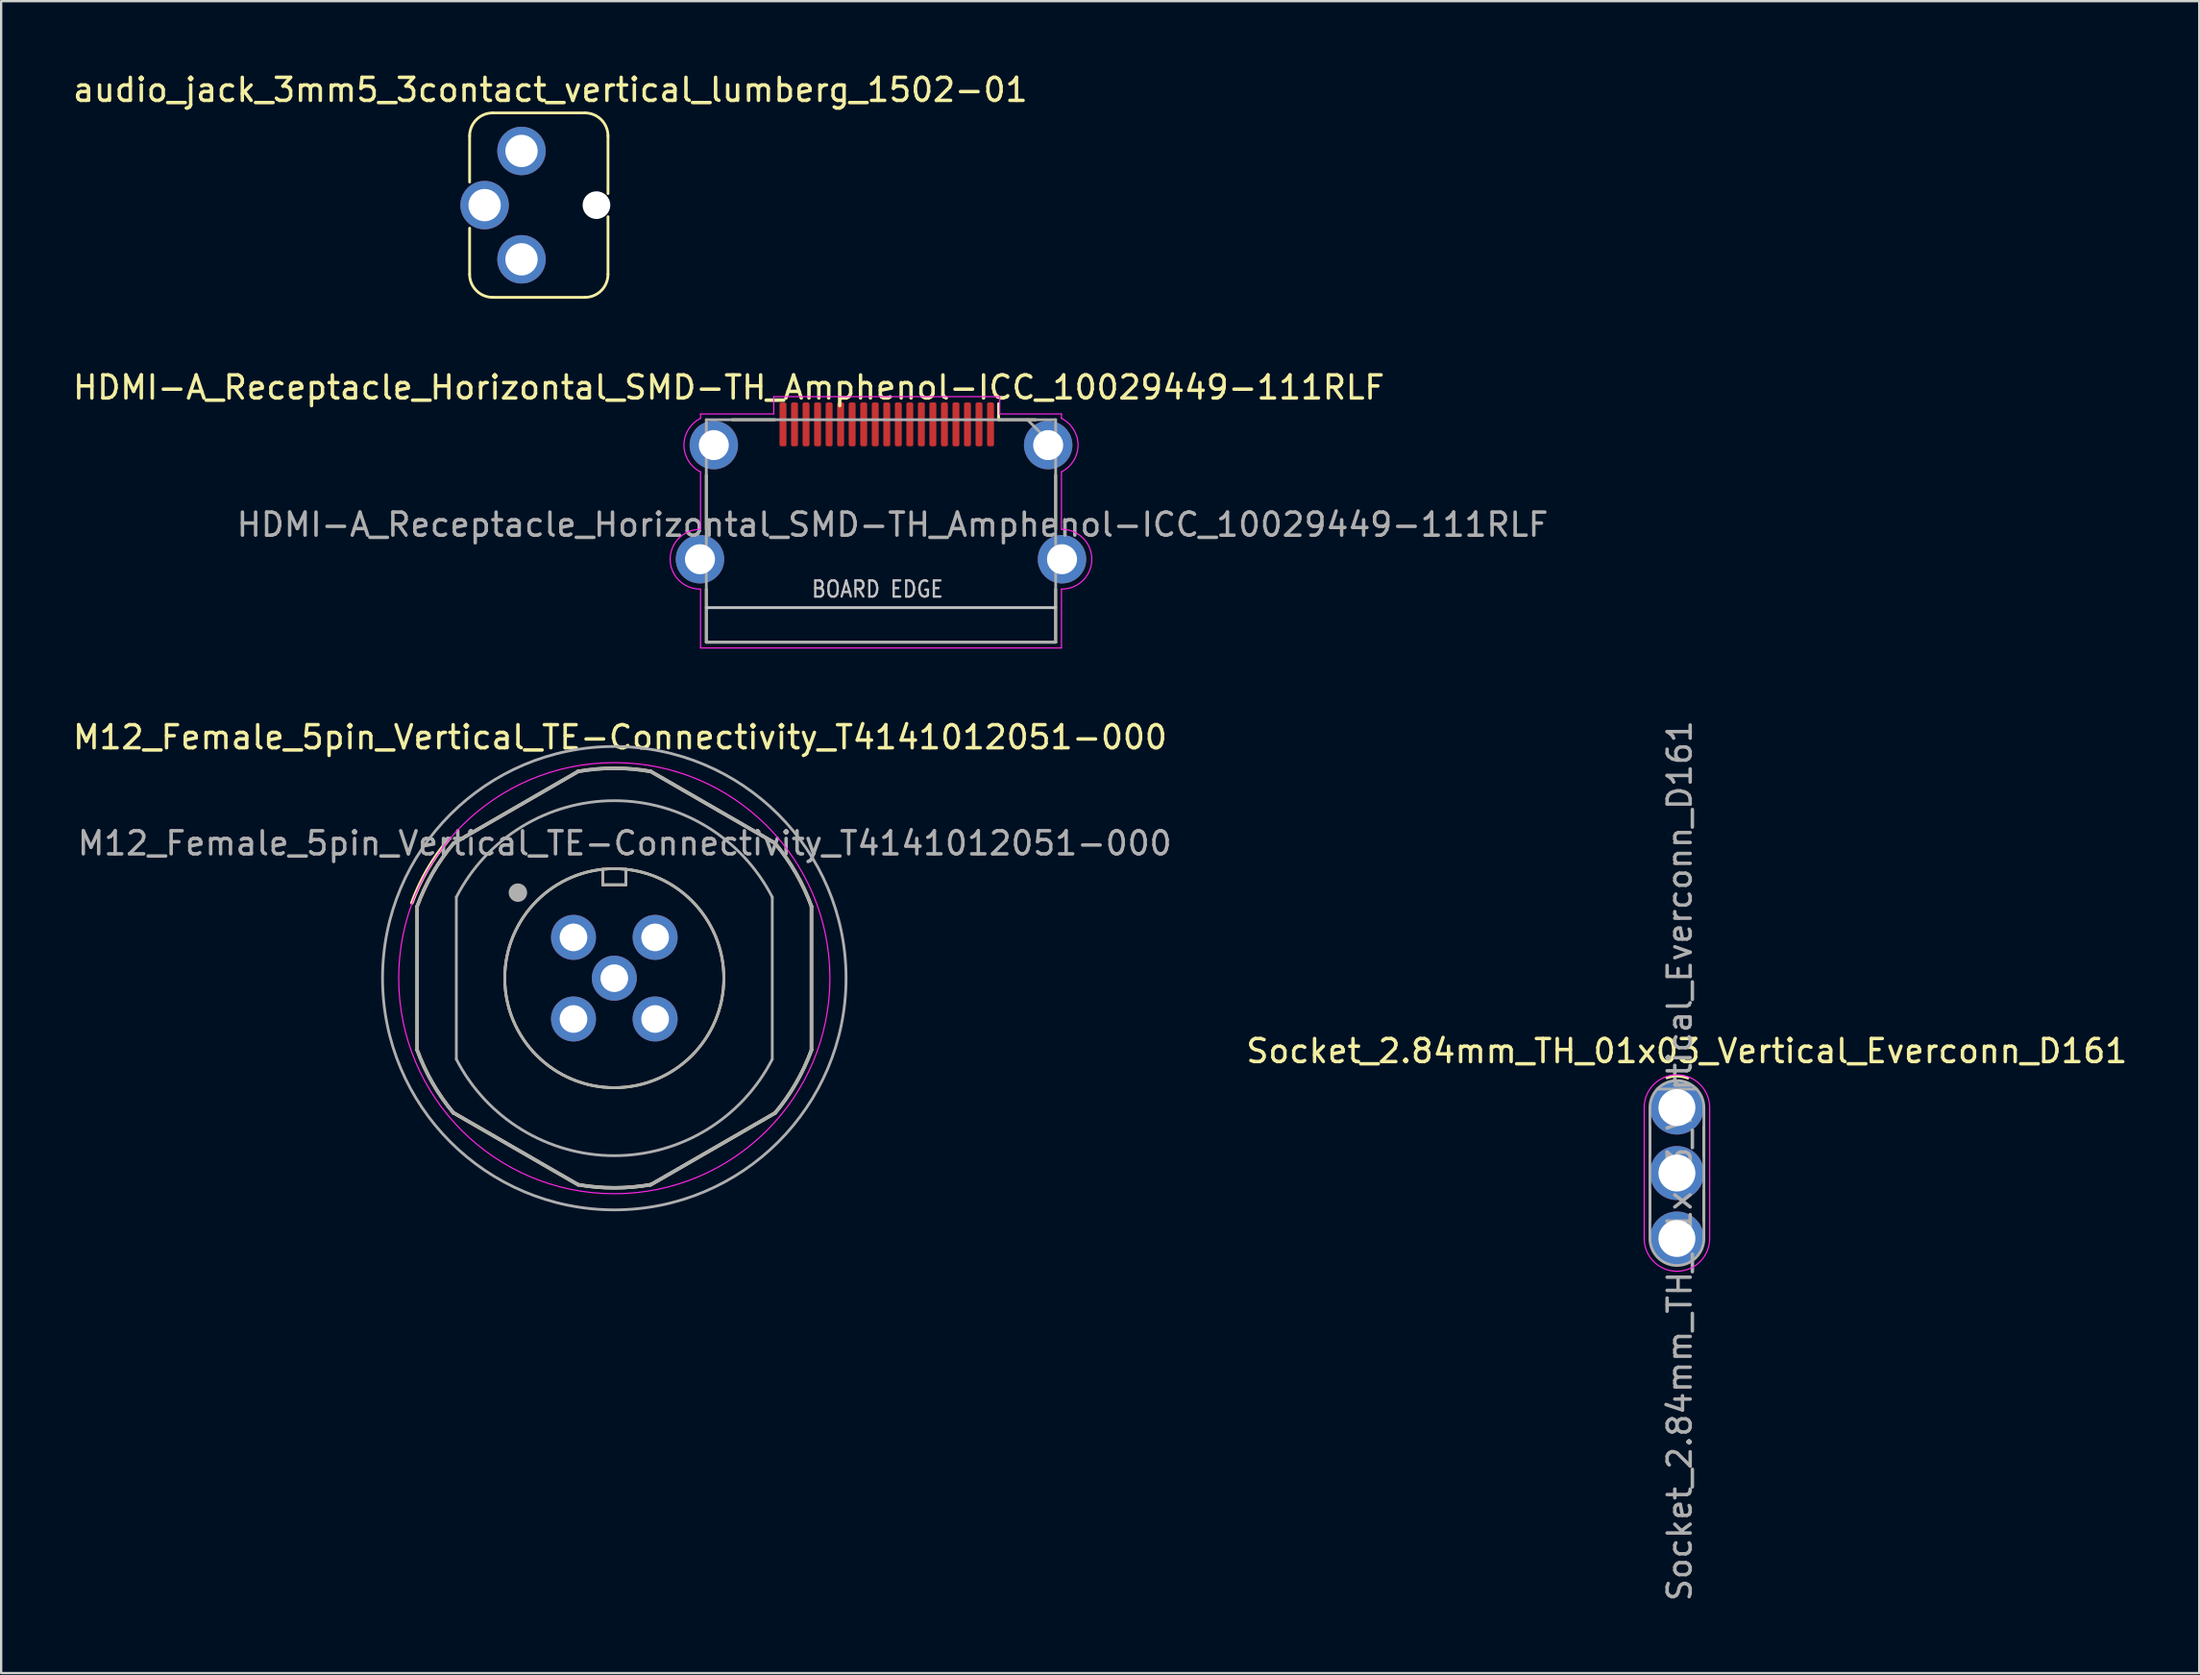
<source format=kicad_pcb>
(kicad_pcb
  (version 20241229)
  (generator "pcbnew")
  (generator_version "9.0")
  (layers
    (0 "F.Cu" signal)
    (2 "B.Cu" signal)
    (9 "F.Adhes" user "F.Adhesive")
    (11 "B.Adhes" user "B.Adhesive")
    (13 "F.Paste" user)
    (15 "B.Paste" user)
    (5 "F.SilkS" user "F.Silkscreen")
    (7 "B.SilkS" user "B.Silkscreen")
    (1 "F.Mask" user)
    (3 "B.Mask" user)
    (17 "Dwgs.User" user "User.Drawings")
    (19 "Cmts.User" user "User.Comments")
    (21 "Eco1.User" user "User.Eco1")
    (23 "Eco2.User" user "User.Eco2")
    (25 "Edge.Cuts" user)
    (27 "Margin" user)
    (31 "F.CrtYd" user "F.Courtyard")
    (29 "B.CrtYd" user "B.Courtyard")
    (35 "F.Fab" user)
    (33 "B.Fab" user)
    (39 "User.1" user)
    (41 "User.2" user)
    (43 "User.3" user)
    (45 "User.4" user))
  (footprint "HDMI-A_Receptacle_Horizontal_SMD-TH_Amphenol-ICC_10029449-111RLF"
    (layer "F.Cu")
    (at 35.404 15.357)
    (property "Reference" "HDMI-A_Receptacle_Horizontal_SMD-TH_Amphenol-ICC_10029449-111RLF" (at -6.85 -1.6 0) (unlocked yes) (layer "F.SilkS") (effects (font (size 1 1) (thickness 0.15))))
    (attr smd)
    (fp_line (start -7.825 2.2) (end -7.825 4.55) (stroke (width 0.12) (type solid)) (layer "F.SilkS"))
    (fp_line (start -7.825 7.15) (end -7.825 9.45) (stroke (width 0.12) (type solid)) (layer "F.SilkS"))
    (fp_line (start -7.825 9.45) (end 7.325 9.45) (stroke (width 0.12) (type solid)) (layer "F.SilkS"))
    (fp_line (start -4.85 -0.2) (end -6.7 -0.2) (stroke (width 0.12) (type solid)) (layer "F.SilkS"))
    (fp_line (start 4.85 -0.9) (end 4.85 -0.2) (stroke (width 0.12) (type solid)) (layer "F.SilkS"))
    (fp_line (start 6.45 -0.2) (end 4.85 -0.2) (stroke (width 0.12) (type solid)) (layer "F.SilkS"))
    (fp_line (start 7.325 4.55) (end 7.325 2.2) (stroke (width 0.12) (type solid)) (layer "F.SilkS"))
    (fp_line (start 7.325 9.45) (end 7.325 7.15) (stroke (width 0.12) (type solid)) (layer "F.SilkS"))
    (fp_line (start -7.825 7.95) (end 7.325 7.95) (stroke (width 0.12) (type solid)) (layer "Dwgs.User"))
    (fp_line (start -8.075 4.555) (end -8.075 2.06) (stroke (width 0.05) (type solid)) (layer "F.CrtYd"))
    (fp_line (start -8.075 -0.26) (end -8.075 -0.45) (stroke (width 0.05) (type solid)) (layer "F.CrtYd"))
    (fp_line (start -8.075 9.7) (end -8.075 7.145) (stroke (width 0.05) (type solid)) (layer "F.CrtYd"))
    (fp_line (start -8.075 9.7) (end 7.575 9.7) (stroke (width 0.05) (type solid)) (layer "F.CrtYd"))
    (fp_line (start -4.9 -1.2) (end -4.9 -0.45) (stroke (width 0.05) (type solid)) (layer "F.CrtYd"))
    (fp_line (start -4.9 -1.2) (end 4.9 -1.2) (stroke (width 0.05) (type solid)) (layer "F.CrtYd"))
    (fp_line (start -4.9 -0.45) (end -8.075 -0.45) (stroke (width 0.05) (type solid)) (layer "F.CrtYd"))
    (fp_line (start 4.9 -1.2) (end 4.9 -0.45) (stroke (width 0.05) (type solid)) (layer "F.CrtYd"))
    (fp_line (start 4.9 -0.45) (end 7.575 -0.45) (stroke (width 0.05) (type solid)) (layer "F.CrtYd"))
    (fp_line (start 7.575 -0.26) (end 7.575 -0.45) (stroke (width 0.05) (type solid)) (layer "F.CrtYd"))
    (fp_line (start 7.575 9.7) (end 7.575 7.145) (stroke (width 0.05) (type solid)) (layer "F.CrtYd"))
    (fp_line (start 7.575 4.555) (end 7.575 2.06) (stroke (width 0.05) (type solid)) (layer "F.CrtYd"))
    (fp_arc (start -8.075001 7.144999) (mid -9.39524 5.850047) (end -8.075095 4.554999) (stroke (width 0.05) (type solid)) (layer "F.CrtYd"))
    (fp_arc (start -8.074999 2.059999) (mid -8.79469 0.9) (end -8.074999 -0.259999) (stroke (width 0.05) (type solid)) (layer "F.CrtYd"))
    (fp_arc (start 7.574999 -0.259999) (mid 8.29469 0.9) (end 7.574999 2.059999) (stroke (width 0.05) (type solid)) (layer "F.CrtYd"))
    (fp_arc (start 7.575095 4.554999) (mid 8.89524 5.850047) (end 7.575001 7.144999) (stroke (width 0.05) (type solid)) (layer "F.CrtYd"))
    (fp_line (start -7.825 -0.2) (end -7.825 9.45) (stroke (width 0.12) (type solid)) (layer "F.Fab"))
    (fp_line (start -7.825 9.45) (end 7.325 9.45) (stroke (width 0.12) (type solid)) (layer "F.Fab"))
    (fp_line (start 6.1 -0.2) (end 7.3 1) (stroke (width 0.12) (type solid)) (layer "F.Fab"))
    (fp_line (start 7.325 -0.2) (end -7.825 -0.2) (stroke (width 0.12) (type solid)) (layer "F.Fab"))
    (fp_line (start 7.325 9.45) (end 7.325 -0.2) (stroke (width 0.12) (type solid)) (layer "F.Fab"))
    (fp_text user "BOARD EDGE" (at -0.4 7.15 0) (layer "Dwgs.User") (effects (font (size 0.7 0.6) (thickness 0.1))))
    (fp_text user "${REFERENCE}" (at 0.25 4.35 0) (layer "F.Fab") (effects (font (size 1 1) (thickness 0.15))))
    (pad "1" smd roundrect (at 4.5 0) (size 0.3 1.9) (layers "F.Cu" "F.Mask" "F.Paste") (roundrect_rratio 0.25))
    (pad "2" smd roundrect (at 4 0) (size 0.3 1.9) (layers "F.Cu" "F.Mask" "F.Paste") (roundrect_rratio 0.25))
    (pad "3" smd roundrect (at 3.5 0) (size 0.3 1.9) (layers "F.Cu" "F.Mask" "F.Paste") (roundrect_rratio 0.25))
    (pad "4" smd roundrect (at 3 0) (size 0.3 1.9) (layers "F.Cu" "F.Mask" "F.Paste") (roundrect_rratio 0.25))
    (pad "5" smd roundrect (at 2.5 0) (size 0.3 1.9) (layers "F.Cu" "F.Mask" "F.Paste") (roundrect_rratio 0.25))
    (pad "6" smd roundrect (at 2 0) (size 0.3 1.9) (layers "F.Cu" "F.Mask" "F.Paste") (roundrect_rratio 0.25))
    (pad "7" smd roundrect (at 1.5 0) (size 0.3 1.9) (layers "F.Cu" "F.Mask" "F.Paste") (roundrect_rratio 0.25))
    (pad "8" smd roundrect (at 1 0) (size 0.3 1.9) (layers "F.Cu" "F.Mask" "F.Paste") (roundrect_rratio 0.25))
    (pad "9" smd roundrect (at 0.5 0) (size 0.3 1.9) (layers "F.Cu" "F.Mask" "F.Paste") (roundrect_rratio 0.25))
    (pad "10" smd roundrect (at 0 0) (size 0.3 1.9) (layers "F.Cu" "F.Mask" "F.Paste") (roundrect_rratio 0.25))
    (pad "11" smd roundrect (at -0.5 0) (size 0.3 1.9) (layers "F.Cu" "F.Mask" "F.Paste") (roundrect_rratio 0.25))
    (pad "12" smd roundrect (at -1 0) (size 0.3 1.9) (layers "F.Cu" "F.Mask" "F.Paste") (roundrect_rratio 0.25))
    (pad "13" smd roundrect (at -1.5 0) (size 0.3 1.9) (layers "F.Cu" "F.Mask" "F.Paste") (roundrect_rratio 0.25))
    (pad "14" smd roundrect (at -2 0) (size 0.3 1.9) (layers "F.Cu" "F.Mask" "F.Paste") (roundrect_rratio 0.25))
    (pad "15" smd roundrect (at -2.5 0) (size 0.3 1.9) (layers "F.Cu" "F.Mask" "F.Paste") (roundrect_rratio 0.25))
    (pad "16" smd roundrect (at -3 0) (size 0.3 1.9) (layers "F.Cu" "F.Mask" "F.Paste") (roundrect_rratio 0.25))
    (pad "17" smd roundrect (at -3.5 0) (size 0.3 1.9) (layers "F.Cu" "F.Mask" "F.Paste") (roundrect_rratio 0.25))
    (pad "18" smd roundrect (at -4 0) (size 0.3 1.9) (layers "F.Cu" "F.Mask" "F.Paste") (roundrect_rratio 0.25))
    (pad "19" smd roundrect (at -4.5 0) (size 0.3 1.9) (layers "F.Cu" "F.Mask" "F.Paste") (roundrect_rratio 0.25))
    (pad "SH" thru_hole circle (at -8.1 5.85) (size 2.1 2.1) (drill 1.3) (layers "*.Cu" "*.Mask"))
    (pad "SH" thru_hole circle (at -7.5 0.9) (size 2.1 2.1) (drill 1.3) (layers "*.Cu" "*.Mask"))
    (pad "SH" thru_hole circle (at 7 0.9) (size 2.1 2.1) (drill 1.3) (layers "*.Cu" "*.Mask"))
    (pad "SH" thru_hole circle (at 7.6 5.85) (size 2.1 2.1) (drill 1.3) (layers "*.Cu" "*.Mask")))
  (footprint "M12_Female_5pin_Vertical_TE-Connectivity_T4141012051-000"
    (layer "F.Cu")
    (at 21.819 37.61)
    (property "Reference" "M12_Female_5pin_Vertical_TE-Connectivity_T4141012051-000" (at 2.02 -8.68 0) (unlocked yes) (layer "F.SilkS") (effects (font (size 1 1) (thickness 0.15))))
    (attr through_hole)
    (fp_line (start -6.78 4.885) (end -6.78 -1.345) (stroke (width 0.15) (type solid)) (layer "F.SilkS"))
    (fp_line (start -5.198 7.612) (end 0.198 10.727) (stroke (width 0.15) (type solid)) (layer "F.SilkS"))
    (fp_line (start 0.193 -7.192) (end -5.203 -4.077) (stroke (width 0.15) (type solid)) (layer "F.SilkS"))
    (fp_line (start 1.27 -2.95) (end 1.27 -2.28) (stroke (width 0.12) (type solid)) (layer "F.SilkS"))
    (fp_line (start 1.27 -2.28) (end 2.27 -2.28) (stroke (width 0.12) (type solid)) (layer "F.SilkS"))
    (fp_line (start 2.27 -2.28) (end 2.27 -2.95) (stroke (width 0.12) (type solid)) (layer "F.SilkS"))
    (fp_line (start 3.352 -7.197) (end 8.748 -4.082) (stroke (width 0.15) (type solid)) (layer "F.SilkS"))
    (fp_line (start 8.743 7.617) (end 3.347 10.732) (stroke (width 0.15) (type solid)) (layer "F.SilkS"))
    (fp_line (start 10.32 4.885) (end 10.32 -1.345) (stroke (width 0.15) (type solid)) (layer "F.SilkS"))
    (fp_arc (start -7.007331 -1.497983) (mid -6.337959 -2.932866) (end -5.43 -4.23) (stroke (width 0.15) (type solid)) (layer "F.SilkS"))
    (fp_arc (start -6.779999 -1.344999) (mid -6.110627 -2.779882) (end -5.202668 -4.077016) (stroke (width 0.15) (type solid)) (layer "F.SilkS"))
    (fp_arc (start -5.203066 7.616542) (mid -6.110782 6.319614) (end -6.779999 4.884999) (stroke (width 0.15) (type solid)) (layer "F.SilkS"))
    (fp_arc (start 0.191664 -7.19772) (mid 1.772028 -7.335556) (end 3.35233 -7.197016) (stroke (width 0.15) (type solid)) (layer "F.SilkS"))
    (fp_arc (start 3.346328 10.726313) (mid 1.77203 10.863973) (end 0.19767 10.727016) (stroke (width 0.15) (type solid)) (layer "F.SilkS"))
    (fp_arc (start 8.742271 -4.077489) (mid 9.650472 -2.780149) (end 10.319999 -1.344999) (stroke (width 0.15) (type solid)) (layer "F.SilkS"))
    (fp_arc (start 10.319999 4.884999) (mid 9.650627 6.319882) (end 8.742668 7.617016) (stroke (width 0.15) (type solid)) (layer "F.SilkS"))
    (fp_circle (center 1.77 1.77) (end 6.52 1.77) (stroke (width 0.12) (type solid)) (fill no) (layer "F.SilkS"))
    (fp_circle (center 1.77 1.77) (end 11.12 1.77) (stroke (width 0.05) (type solid)) (fill no) (layer "F.CrtYd"))
    (fp_line (start -6.78 4.885) (end -6.78 -1.345) (stroke (width 0.15) (type solid)) (layer "F.Fab"))
    (fp_line (start -5.198 7.612) (end 0.198 10.727) (stroke (width 0.15) (type solid)) (layer "F.Fab"))
    (fp_line (start -5.08 5.285) (end -5.08 -1.745) (stroke (width 0.12) (type solid)) (layer "F.Fab"))
    (fp_line (start 0.193 -7.192) (end -5.203 -4.077) (stroke (width 0.15) (type solid)) (layer "F.Fab"))
    (fp_line (start 1.27 -2.95) (end 1.27 -2.28) (stroke (width 0.12) (type solid)) (layer "F.Fab"))
    (fp_line (start 1.27 -2.28) (end 2.27 -2.28) (stroke (width 0.12) (type solid)) (layer "F.Fab"))
    (fp_line (start 2.27 -2.28) (end 2.27 -2.95) (stroke (width 0.12) (type solid)) (layer "F.Fab"))
    (fp_line (start 3.352 -7.197) (end 8.748 -4.082) (stroke (width 0.15) (type solid)) (layer "F.Fab"))
    (fp_line (start 8.62 5.285) (end 8.62 -1.745) (stroke (width 0.12) (type solid)) (layer "F.Fab"))
    (fp_line (start 8.743 7.617) (end 3.347 10.732) (stroke (width 0.15) (type solid)) (layer "F.Fab"))
    (fp_line (start 10.32 4.885) (end 10.32 -1.345) (stroke (width 0.15) (type solid)) (layer "F.Fab"))
    (fp_arc (start -6.781962 -1.339605) (mid -6.112061 -2.777396) (end -5.202668 -4.077016) (stroke (width 0.15) (type solid)) (layer "F.Fab"))
    (fp_arc (start -5.198979 7.621413) (mid -6.109192 6.322367) (end -6.779999 4.884999) (stroke (width 0.15) (type solid)) (layer "F.Fab"))
    (fp_arc (start -5.079999 -1.745) (mid 1.77 -5.929202) (end 8.619999 -1.744999) (stroke (width 0.12) (type solid)) (layer "F.Fab"))
    (fp_arc (start 0.190004 -7.197427) (mid 1.771185 -7.335555) (end 3.35233 -7.197016) (stroke (width 0.15) (type solid)) (layer "F.Fab"))
    (fp_arc (start 3.340342 10.727365) (mid 1.768991 10.863974) (end 0.19767 10.727016) (stroke (width 0.15) (type solid)) (layer "F.Fab"))
    (fp_arc (start 8.619999 5.285) (mid 1.77 9.469202) (end -5.079999 5.284999) (stroke (width 0.12) (type solid)) (layer "F.Fab"))
    (fp_arc (start 8.738979 -4.081413) (mid 9.649192 -2.782367) (end 10.319999 -1.344999) (stroke (width 0.15) (type solid)) (layer "F.Fab"))
    (fp_arc (start 10.321962 4.879605) (mid 9.652061 6.317396) (end 8.742668 7.617016) (stroke (width 0.15) (type solid)) (layer "F.Fab"))
    (fp_circle (center -2.41 -1.94) (end -2.21 -1.94) (stroke (width 0.4) (type solid)) (fill no) (layer "F.Fab"))
    (fp_circle (center 1.77 1.77) (end 6.52 1.77) (stroke (width 0.12) (type solid)) (fill no) (layer "F.Fab"))
    (fp_circle (center 1.77 1.77) (end 11.82 1.77) (stroke (width 0.12) (type solid)) (fill no) (layer "F.Fab"))
    (fp_text user "${REFERENCE}" (at 2.22 -4.08 0) (layer "F.Fab") (effects (font (size 1 1) (thickness 0.15))))
    (pad "1" thru_hole circle (at 0 0) (size 1.95 1.95) (drill 1.2) (layers "*.Cu" "*.Mask"))
    (pad "2" thru_hole circle (at 3.54 0) (size 1.95 1.95) (drill 1.2) (layers "*.Cu" "*.Mask"))
    (pad "3" thru_hole circle (at 3.54 3.54) (size 1.95 1.95) (drill 1.2) (layers "*.Cu" "*.Mask"))
    (pad "4" thru_hole circle (at 0 3.54) (size 1.95 1.95) (drill 1.2) (layers "*.Cu" "*.Mask"))
    (pad "5" thru_hole circle (at 1.77 1.77) (size 1.95 1.95) (drill 1.2) (layers "*.Cu" "*.Mask")))
  (footprint "audio_jack_3mm5_3contact_vertical_lumberg_1502-01"
    (layer "F.Cu")
    (at 20.315 5.848)
    (property "Reference" "audio_jack_3mm5_3contact_vertical_lumberg_1502-01" (at 0.5 -5 0) (unlocked yes) (layer "F.SilkS") (effects (font (size 1 1) (thickness 0.15))))
    (attr through_hole)
    (fp_line (start -3 -3) (end -3 -1) (stroke (width 0.12) (type solid)) (layer "F.SilkS"))
    (fp_line (start -3 1) (end -3 3) (stroke (width 0.12) (type solid)) (layer "F.SilkS"))
    (fp_line (start 2 -4) (end -2 -4) (stroke (width 0.12) (type solid)) (layer "F.SilkS"))
    (fp_line (start 2 4) (end -2 4) (stroke (width 0.12) (type solid)) (layer "F.SilkS"))
    (fp_line (start 3 -3) (end 3 -0.5) (stroke (width 0.12) (type solid)) (layer "F.SilkS"))
    (fp_line (start 3 0.5) (end 3 3) (stroke (width 0.12) (type solid)) (layer "F.SilkS"))
    (fp_arc (start -3 -3) (mid -2.707107 -3.707107) (end -2 -4) (stroke (width 0.12) (type solid)) (layer "F.SilkS"))
    (fp_arc (start -2 4) (mid -2.707107 3.707107) (end -3 3) (stroke (width 0.12) (type solid)) (layer "F.SilkS"))
    (fp_arc (start 2 -4) (mid 2.707107 -3.707107) (end 3 -3) (stroke (width 0.12) (type solid)) (layer "F.SilkS"))
    (fp_arc (start 3 3) (mid 2.707107 3.707107) (end 2 4) (stroke (width 0.12) (type solid)) (layer "F.SilkS"))
    (pad "" np_thru_hole circle (at 2.5 0) (size 1.2 1.2) (drill 1.2) (layers "*.Cu" "*.Mask"))
    (pad "1" thru_hole circle (at -0.75 -2.35) (size 2.1 2.1) (drill 1.4) (layers "*.Cu" "*.Mask"))
    (pad "2" thru_hole circle (at -2.35 0) (size 2.1 2.1) (drill 1.4) (layers "*.Cu" "*.Mask"))
    (pad "3" thru_hole circle (at -0.75 2.35) (size 2.1 2.1) (drill 1.4) (layers "*.Cu" "*.Mask")))
  (footprint "Socket_2.84mm_TH_01x03_Vertical_Everconn_D161"
    (layer "F.Cu")
    (at 69.669 44.992)
    (property "Reference" "Socket_2.84mm_TH_01x03_Vertical_Everconn_D161" (at 0.43 -2.45 0) (layer "F.SilkS") (effects (font (size 1 1) (thickness 0.15))))
    (attr through_hole)
    (fp_line (start -1.17 0.8) (end -1.17 2.1) (stroke (width 0.12) (type solid)) (layer "F.SilkS"))
    (fp_line (start -1.17 3.59) (end -1.17 4.89) (stroke (width 0.12) (type solid)) (layer "F.SilkS"))
    (fp_line (start 1.17 0.82) (end 1.17 2.12) (stroke (width 0.12) (type solid)) (layer "F.SilkS"))
    (fp_line (start 1.17 3.61) (end 1.17 4.91) (stroke (width 0.12) (type solid)) (layer "F.SilkS"))
    (fp_arc (start -0.434224 -1.292573) (mid 0.01896 -1.363428) (end 0.469999 -1.279999) (stroke (width 0.12) (type solid)) (layer "F.SilkS"))
    (fp_line (start -1.42 0) (end -1.42 5.68) (stroke (width 0.05) (type solid)) (layer "F.CrtYd"))
    (fp_line (start 1.42 5.68) (end 1.42 0) (stroke (width 0.05) (type solid)) (layer "F.CrtYd"))
    (fp_arc (start -1.42 0) (mid 0 -1.42) (end 1.42 0) (stroke (width 0.05) (type solid)) (layer "F.CrtYd"))
    (fp_arc (start 1.42 5.68) (mid 0 7.1) (end -1.42 5.68) (stroke (width 0.05) (type solid)) (layer "F.CrtYd"))
    (fp_line (start -1.17 5.68) (end -1.17 0) (stroke (width 0.12) (type solid)) (layer "F.Fab"))
    (fp_line (start -0.85 -0.8) (end 0.85 -0.8) (stroke (width 0.12) (type solid)) (layer "F.Fab"))
    (fp_line (start 1.17 0) (end 1.17 5.68) (stroke (width 0.12) (type solid)) (layer "F.Fab"))
    (fp_arc (start -1.17 0) (mid 0 -1.17) (end 1.17 0) (stroke (width 0.12) (type solid)) (layer "F.Fab"))
    (fp_arc (start 1.17 5.68) (mid 0 6.85) (end -1.17 5.68) (stroke (width 0.12) (type solid)) (layer "F.Fab"))
    (fp_text user "${REFERENCE}" (at 0.12 2.31 90) (layer "F.Fab") (effects (font (size 1 1) (thickness 0.15))))
    (pad "1" thru_hole circle (at 0 0) (size 2.34 2.34) (drill 1.6) (layers "*.Cu" "*.Mask"))
    (pad "2" thru_hole circle (at 0 2.84) (size 2.34 2.34) (drill 1.6) (layers "*.Cu" "*.Mask"))
    (pad "3" thru_hole circle (at 0 5.68) (size 2.34 2.34) (drill 1.6) (layers "*.Cu" "*.Mask")))
  (gr_rect
    (start -3 -3)
    (end 92.319 69.522)
    (stroke (width 0.1) (type default))
    (fill no)
    (layer "Edge.Cuts")))
</source>
